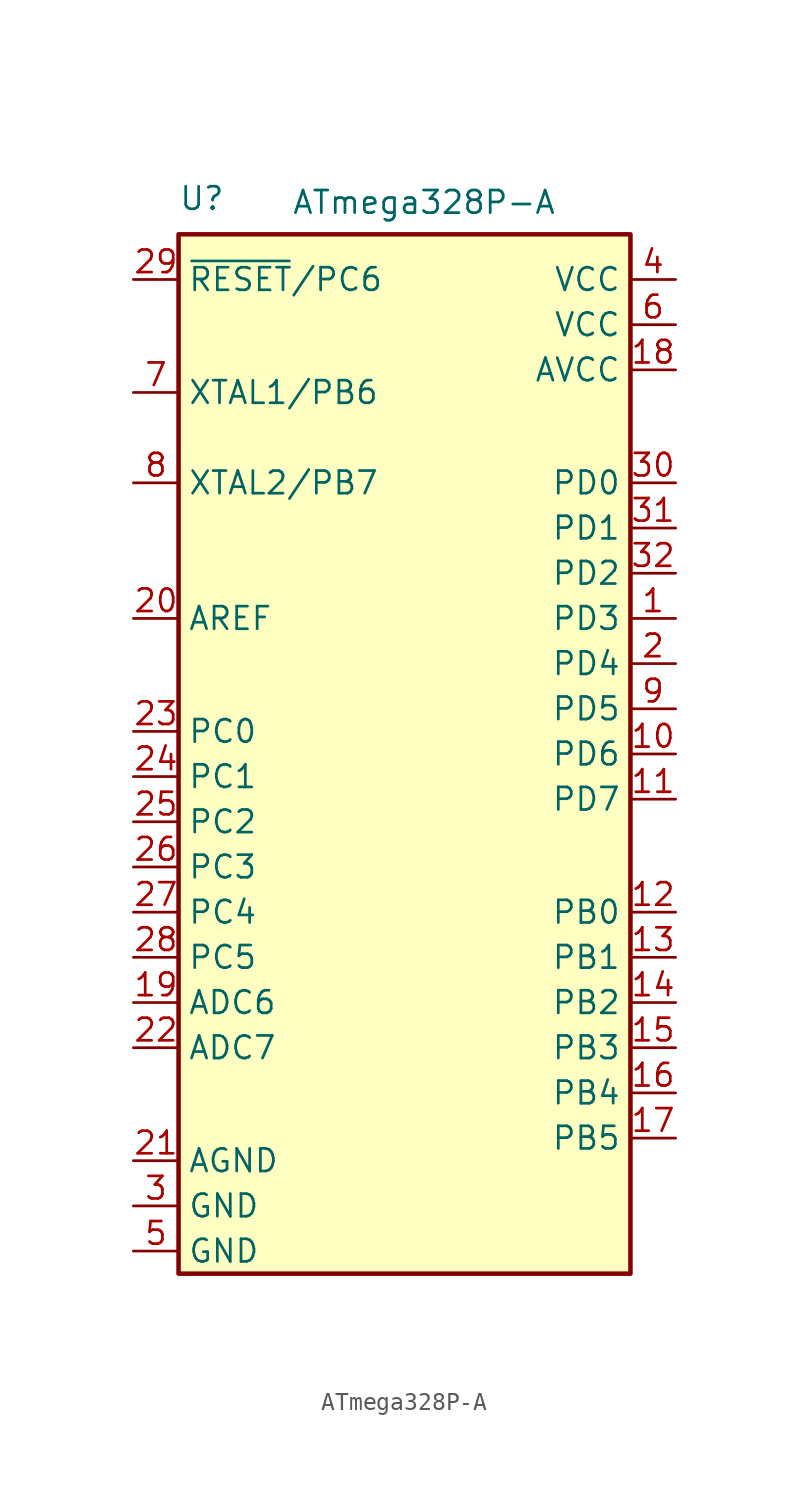
<source format=kicad_sym>
(kicad_symbol_lib
  (version 20220914)
  (generator kicad_symbol_editor)
  (symbol "ATmega328P-A"
    (property "Reference" "U"
      (at -12.7 25.4 0)
      (effects (font (size 1.27 1.27)) (justify left bottom)))
    (property "Value" "ATmega328P-A"
      (at -6.35 26.67 0)
      (effects (font (size 1.27 1.27)) (justify left top)))
    (symbol "ATmega328P-A_0_1"
      (rectangle (start -12.7 24.13) (end 12.7 -34.29) (stroke (width 0.254) (type default)) (fill (type background))))
    (symbol "ATmega328P-A_1_1"
      (pin bidirectional line (at 15.24 2.54 180) (length 2.54) (name "PD3" (effects (font (size 1.27 1.27)))) (number "1" (effects (font (size 1.27 1.27)))))
      (pin bidirectional line (at 15.24 -5.08 180) (length 2.54) (name "PD6" (effects (font (size 1.27 1.27)))) (number "10" (effects (font (size 1.27 1.27)))))
      (pin bidirectional line (at 15.24 -7.62 180) (length 2.54) (name "PD7" (effects (font (size 1.27 1.27)))) (number "11" (effects (font (size 1.27 1.27)))))
      (pin bidirectional line (at 15.24 -13.97 180) (length 2.54) (name "PB0" (effects (font (size 1.27 1.27)))) (number "12" (effects (font (size 1.27 1.27)))))
      (pin bidirectional line (at 15.24 -16.51 180) (length 2.54) (name "PB1" (effects (font (size 1.27 1.27)))) (number "13" (effects (font (size 1.27 1.27)))))
      (pin bidirectional line (at 15.24 -19.05 180) (length 2.54) (name "PB2" (effects (font (size 1.27 1.27)))) (number "14" (effects (font (size 1.27 1.27)))))
      (pin bidirectional line (at 15.24 -21.59 180) (length 2.54) (name "PB3" (effects (font (size 1.27 1.27)))) (number "15" (effects (font (size 1.27 1.27)))))
      (pin bidirectional line (at 15.24 -24.13 180) (length 2.54) (name "PB4" (effects (font (size 1.27 1.27)))) (number "16" (effects (font (size 1.27 1.27)))))
      (pin bidirectional line (at 15.24 -26.67 180) (length 2.54) (name "PB5" (effects (font (size 1.27 1.27)))) (number "17" (effects (font (size 1.27 1.27)))))
      (pin power_in line (at 15.24 16.51 180) (length 2.54) (name "AVCC" (effects (font (size 1.27 1.27)))) (number "18" (effects (font (size 1.27 1.27)))))
      (pin input line (at -15.24 -19.05 0) (length 2.54) (name "ADC6" (effects (font (size 1.27 1.27)))) (number "19" (effects (font (size 1.27 1.27)))))
      (pin bidirectional line (at 15.24 0 180) (length 2.54) (name "PD4" (effects (font (size 1.27 1.27)))) (number "2" (effects (font (size 1.27 1.27)))))
      (pin passive line (at -15.24 2.54 0) (length 2.54) (name "AREF" (effects (font (size 1.27 1.27)))) (number "20" (effects (font (size 1.27 1.27)))))
      (pin passive line (at -15.24 -27.94 0) (length 2.54) (name "AGND" (effects (font (size 1.27 1.27)))) (number "21" (effects (font (size 1.27 1.27)))))
      (pin input line (at -15.24 -21.59 0) (length 2.54) (name "ADC7" (effects (font (size 1.27 1.27)))) (number "22" (effects (font (size 1.27 1.27)))))
      (pin bidirectional line (at -15.24 -3.81 0) (length 2.54) (name "PC0" (effects (font (size 1.27 1.27)))) (number "23" (effects (font (size 1.27 1.27)))))
      (pin bidirectional line (at -15.24 -6.35 0) (length 2.54) (name "PC1" (effects (font (size 1.27 1.27)))) (number "24" (effects (font (size 1.27 1.27)))))
      (pin bidirectional line (at -15.24 -8.89 0) (length 2.54) (name "PC2" (effects (font (size 1.27 1.27)))) (number "25" (effects (font (size 1.27 1.27)))))
      (pin bidirectional line (at -15.24 -11.43 0) (length 2.54) (name "PC3" (effects (font (size 1.27 1.27)))) (number "26" (effects (font (size 1.27 1.27)))))
      (pin bidirectional line (at -15.24 -13.97 0) (length 2.54) (name "PC4" (effects (font (size 1.27 1.27)))) (number "27" (effects (font (size 1.27 1.27)))))
      (pin bidirectional line (at -15.24 -16.51 0) (length 2.54) (name "PC5" (effects (font (size 1.27 1.27)))) (number "28" (effects (font (size 1.27 1.27)))))
      (pin bidirectional line (at -15.24 21.59 0) (length 2.54) (name "~{RESET}/PC6" (effects (font (size 1.27 1.27)))) (number "29" (effects (font (size 1.27 1.27)))))
      (pin power_in line (at -15.24 -30.48 0) (length 2.54) (name "GND" (effects (font (size 1.27 1.27)))) (number "3" (effects (font (size 1.27 1.27)))))
      (pin bidirectional line (at 15.24 10.16 180) (length 2.54) (name "PD0" (effects (font (size 1.27 1.27)))) (number "30" (effects (font (size 1.27 1.27)))))
      (pin bidirectional line (at 15.24 7.62 180) (length 2.54) (name "PD1" (effects (font (size 1.27 1.27)))) (number "31" (effects (font (size 1.27 1.27)))))
      (pin bidirectional line (at 15.24 5.08 180) (length 2.54) (name "PD2" (effects (font (size 1.27 1.27)))) (number "32" (effects (font (size 1.27 1.27)))))
      (pin power_in line (at 15.24 21.59 180) (length 2.54) (name "VCC" (effects (font (size 1.27 1.27)))) (number "4" (effects (font (size 1.27 1.27)))))
      (pin passive line (at -15.24 -33.02 0) (length 2.54) (name "GND" (effects (font (size 1.27 1.27)))) (number "5" (effects (font (size 1.27 1.27)))))
      (pin power_in line (at 15.24 19.05 180) (length 2.54) (name "VCC" (effects (font (size 1.27 1.27)))) (number "6" (effects (font (size 1.27 1.27)))))
      (pin bidirectional line (at -15.24 15.24 0) (length 2.54) (name "XTAL1/PB6" (effects (font (size 1.27 1.27)))) (number "7" (effects (font (size 1.27 1.27)))))
      (pin bidirectional line (at -15.24 10.16 0) (length 2.54) (name "XTAL2/PB7" (effects (font (size 1.27 1.27)))) (number "8" (effects (font (size 1.27 1.27)))))
      (pin bidirectional line (at 15.24 -2.54 180) (length 2.54) (name "PD5" (effects (font (size 1.27 1.27)))) (number "9" (effects (font (size 1.27 1.27))))))))
</source>
